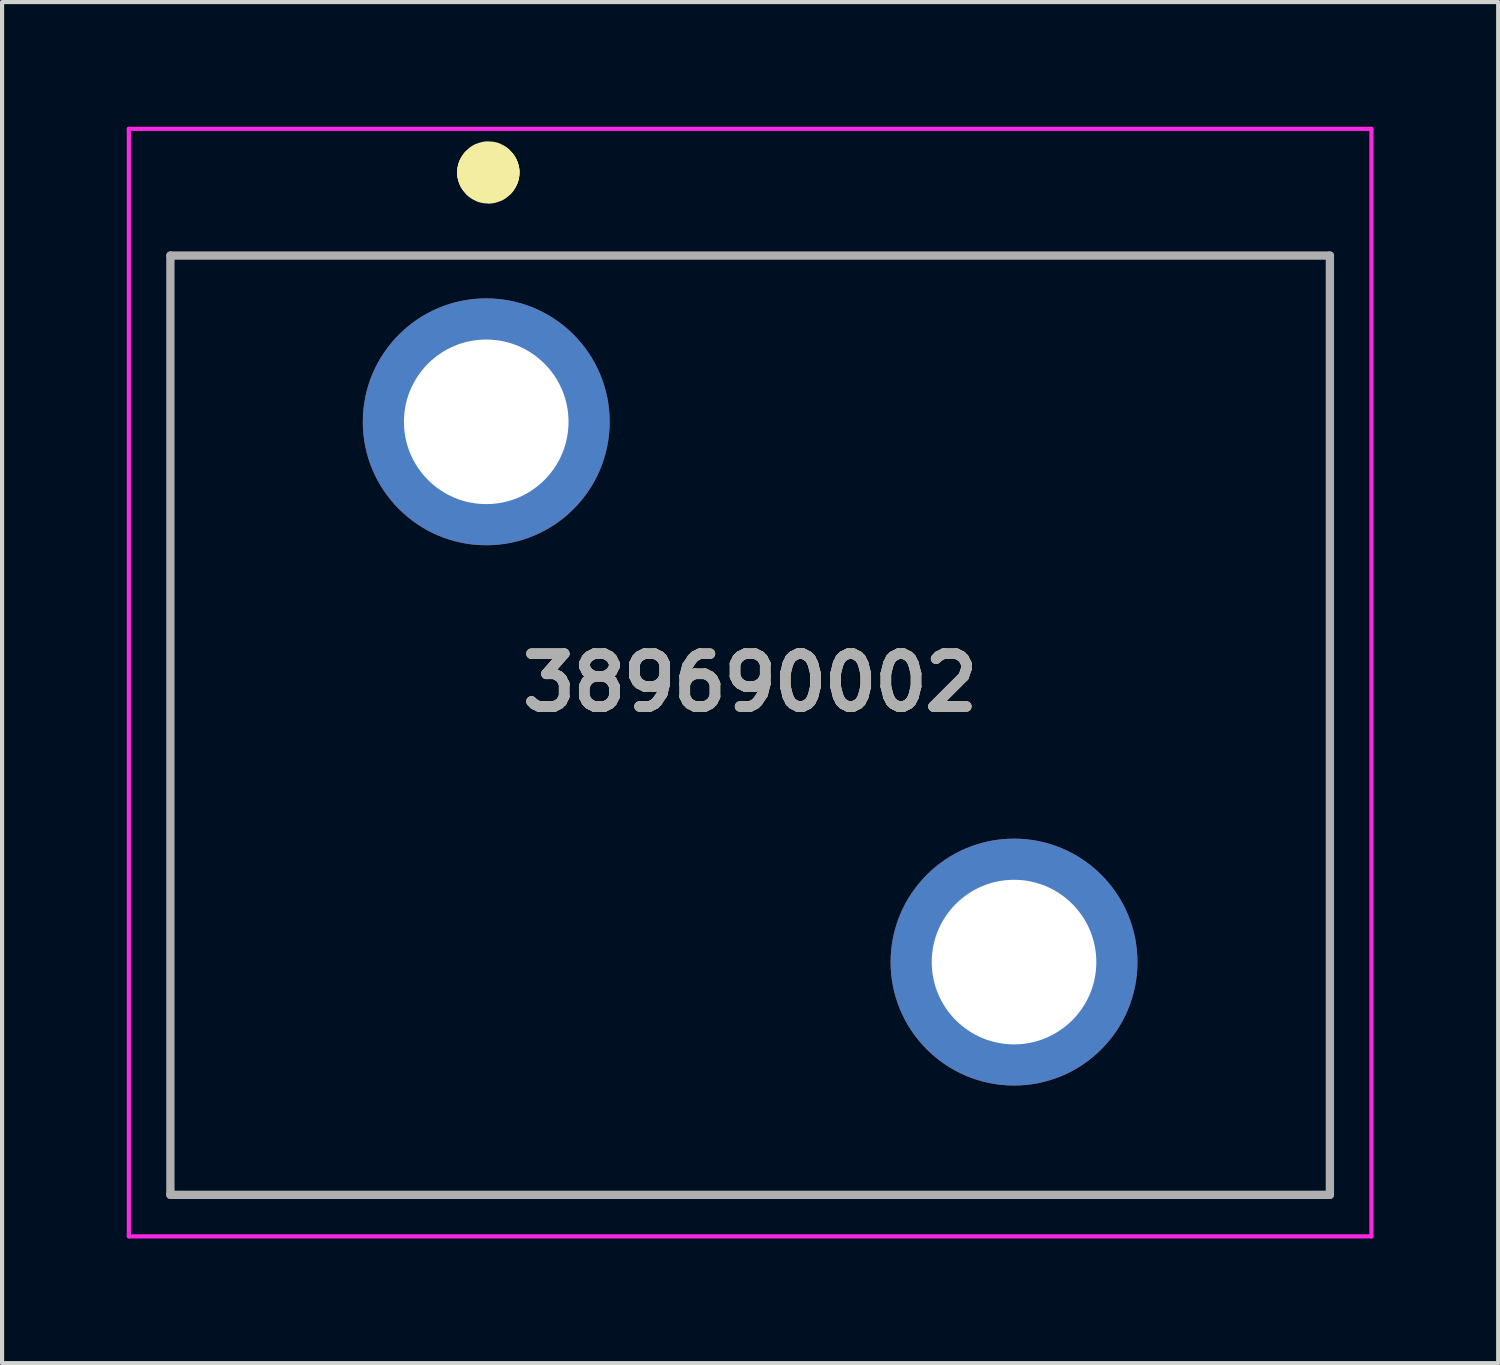
<source format=kicad_pcb>
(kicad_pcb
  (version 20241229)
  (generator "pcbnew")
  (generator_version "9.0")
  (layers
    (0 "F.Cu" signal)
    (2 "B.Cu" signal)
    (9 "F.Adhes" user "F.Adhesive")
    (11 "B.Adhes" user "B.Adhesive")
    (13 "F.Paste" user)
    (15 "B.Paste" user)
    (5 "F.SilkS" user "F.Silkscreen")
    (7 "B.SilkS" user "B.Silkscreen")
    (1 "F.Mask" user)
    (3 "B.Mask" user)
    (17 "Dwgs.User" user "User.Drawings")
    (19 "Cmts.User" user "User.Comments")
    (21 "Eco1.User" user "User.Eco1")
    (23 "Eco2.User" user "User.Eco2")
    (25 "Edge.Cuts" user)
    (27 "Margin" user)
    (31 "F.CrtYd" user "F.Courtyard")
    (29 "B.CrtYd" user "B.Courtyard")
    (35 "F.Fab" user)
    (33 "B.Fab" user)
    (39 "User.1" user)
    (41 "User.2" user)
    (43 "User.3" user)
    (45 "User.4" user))
  (footprint "389690002"
    (layer "F.Cu")
    (at 8.65 7.1)
    (property "Reference" "389690002" (at 6.35 6.275 0) (layer "F.SilkS") (effects (font (size 1.27 1.27) (thickness 0.254))))
    (attr through_hole)
    (fp_line (start -7.6 -4) (end 20.3 -4) (stroke (width 0.1) (type solid)) (layer "F.SilkS"))
    (fp_line (start -7.6 18.6) (end -7.6 -4) (stroke (width 0.1) (type solid)) (layer "F.SilkS"))
    (fp_line (start 0 -6) (end 0 -6) (stroke (width 1.4) (type solid)) (layer "F.SilkS"))
    (fp_line (start 0.1 -6) (end 0.1 -6) (stroke (width 1.4) (type solid)) (layer "F.SilkS"))
    (fp_line (start 20.3 -4) (end 20.3 18.6) (stroke (width 0.1) (type solid)) (layer "F.SilkS"))
    (fp_line (start 20.3 18.6) (end -7.6 18.6) (stroke (width 0.1) (type solid)) (layer "F.SilkS"))
    (fp_arc (start 0 -6) (mid 0.05 -6.05) (end 0.1 -6) (stroke (width 1.4) (type solid)) (layer "F.SilkS"))
    (fp_arc (start 0.1 -6) (mid 0.05 -5.95) (end 0 -6) (stroke (width 1.4) (type solid)) (layer "F.SilkS"))
    (fp_line (start -8.6 -7.05) (end 21.3 -7.05) (stroke (width 0.1) (type solid)) (layer "F.CrtYd"))
    (fp_line (start -8.6 19.6) (end -8.6 -7.05) (stroke (width 0.1) (type solid)) (layer "F.CrtYd"))
    (fp_line (start 21.3 -7.05) (end 21.3 19.6) (stroke (width 0.1) (type solid)) (layer "F.CrtYd"))
    (fp_line (start 21.3 19.6) (end -8.6 19.6) (stroke (width 0.1) (type solid)) (layer "F.CrtYd"))
    (fp_line (start -7.6 -4) (end 20.3 -4) (stroke (width 0.2) (type solid)) (layer "F.Fab"))
    (fp_line (start -7.6 18.6) (end -7.6 -4) (stroke (width 0.2) (type solid)) (layer "F.Fab"))
    (fp_line (start 20.3 -4) (end 20.3 18.6) (stroke (width 0.2) (type solid)) (layer "F.Fab"))
    (fp_line (start 20.3 18.6) (end -7.6 18.6) (stroke (width 0.2) (type solid)) (layer "F.Fab"))
    (fp_text user "${REFERENCE}" (at 6.35 6.275 0) (layer "F.Fab") (effects (font (size 1.27 1.27) (thickness 0.254))))
    (pad "1" thru_hole circle (at 0 0) (size 5.94 5.94) (drill 3.96) (layers "*.Cu" "*.Mask"))
    (pad "2" thru_hole circle (at 12.7 13) (size 5.94 5.94) (drill 3.96) (layers "*.Cu" "*.Mask")))
  (gr_rect
    (start -3 -3)
    (end 33 29.75)
    (stroke (width 0.1) (type default))
    (fill no)
    (layer "Edge.Cuts")))
</source>
